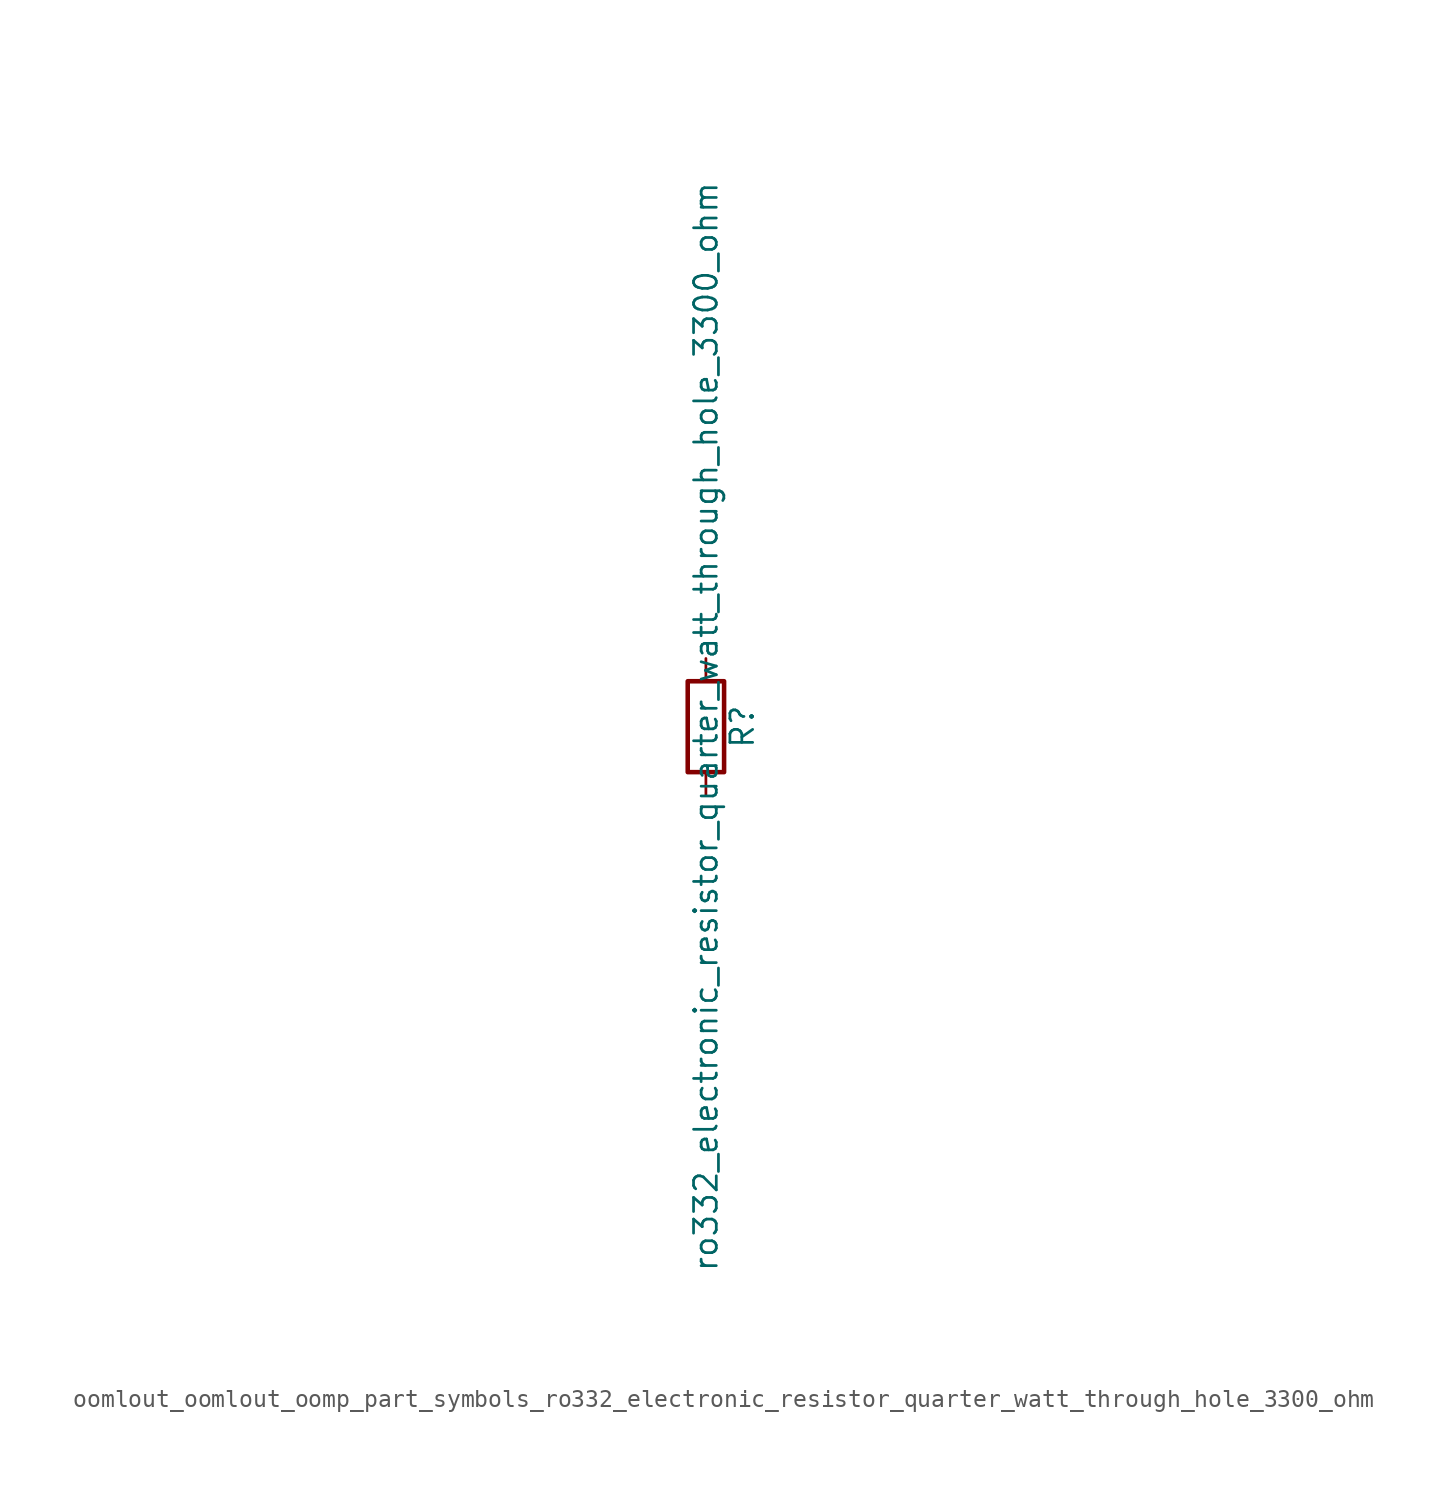
<source format=kicad_sym>
(kicad_symbol_lib
  (version 20220914)
  (generator kicad_symbol_editor)
  (symbol "oomlout_oomlout_oomp_part_symbols_ro332_electronic_resistor_quarter_watt_through_hole_3300_ohm"
    (pin_numbers hide)
    (pin_names
      (offset 0))
    (property "Reference" "R"
      (at 2.032 0 90)
      (effects (font (size 1.27 1.27))))
    (property "Value" "ro332_electronic_resistor_quarter_watt_through_hole_3300_ohm"
      (at 0 0 90)
      (effects (font (size 1.27 1.27))))
    (symbol "oomlout_oomlout_oomp_part_symbols_ro332_electronic_resistor_quarter_watt_through_hole_3300_ohm_0_1"
      (rectangle (start -1.016 -2.54) (end 1.016 2.54) (stroke (width 0.254) (type default)) (fill (type none))))
    (symbol "oomlout_oomlout_oomp_part_symbols_ro332_electronic_resistor_quarter_watt_through_hole_3300_ohm_1_1"
      (pin passive line (at 0 3.81 270) (length 1.27) (name "~" (effects (font (size 1.27 1.27)))) (number "1" (effects (font (size 1.27 1.27)))))
      (pin passive line (at 0 -3.81 90) (length 1.27) (name "~" (effects (font (size 1.27 1.27)))) (number "2" (effects (font (size 1.27 1.27))))))))
</source>
